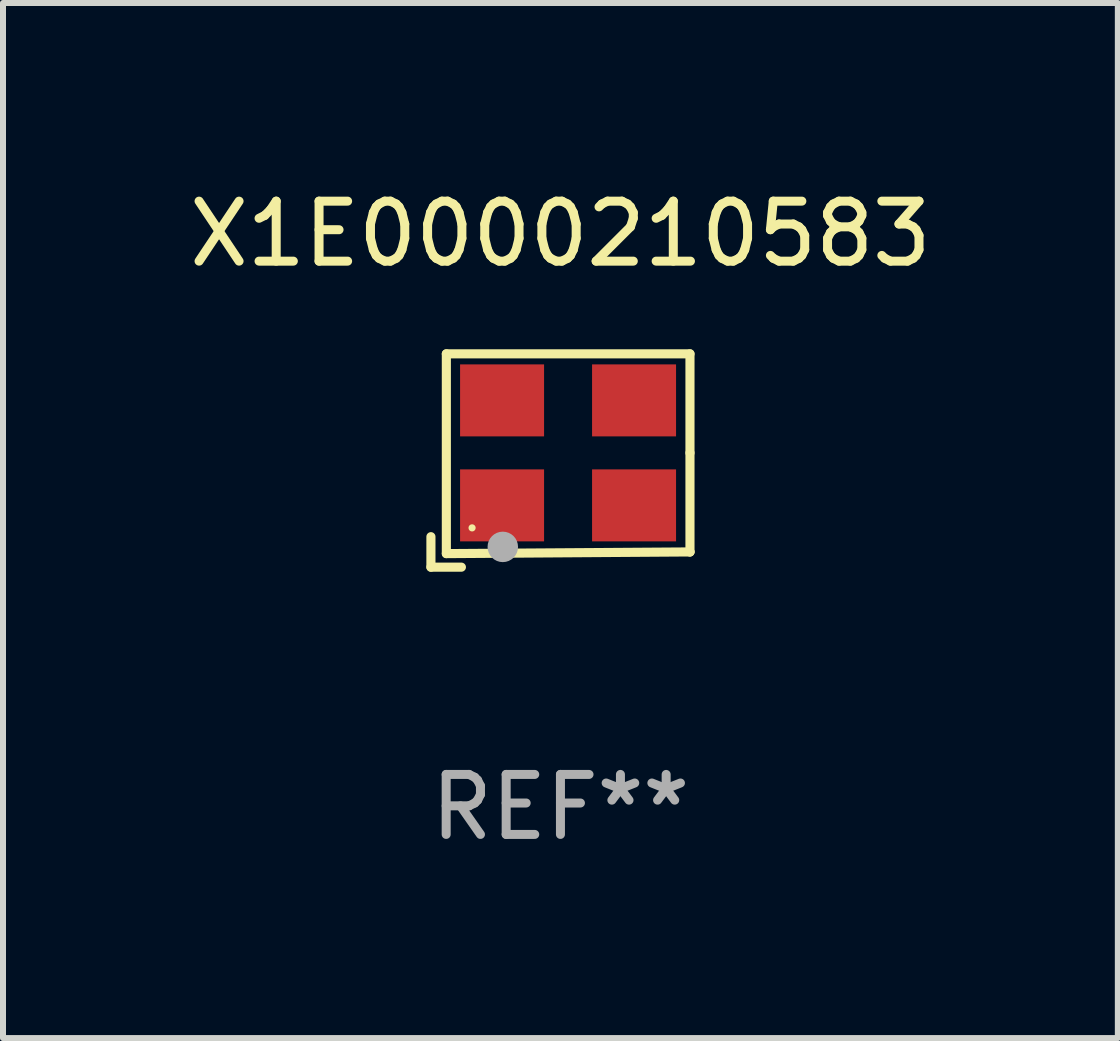
<source format=kicad_pcb>
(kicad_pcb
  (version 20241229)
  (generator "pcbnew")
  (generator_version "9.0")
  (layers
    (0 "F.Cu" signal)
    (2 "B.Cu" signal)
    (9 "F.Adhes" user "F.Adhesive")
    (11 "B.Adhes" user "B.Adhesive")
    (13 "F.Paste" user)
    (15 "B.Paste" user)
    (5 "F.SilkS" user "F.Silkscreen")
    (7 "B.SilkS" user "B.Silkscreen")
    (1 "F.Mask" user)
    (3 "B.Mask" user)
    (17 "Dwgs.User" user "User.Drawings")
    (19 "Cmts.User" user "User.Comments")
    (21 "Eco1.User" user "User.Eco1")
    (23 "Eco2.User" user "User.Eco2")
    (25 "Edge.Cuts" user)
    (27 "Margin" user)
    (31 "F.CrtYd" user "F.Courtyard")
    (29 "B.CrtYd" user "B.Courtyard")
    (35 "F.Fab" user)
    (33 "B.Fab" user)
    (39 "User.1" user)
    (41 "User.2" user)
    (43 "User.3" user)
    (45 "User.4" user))
  (footprint "X1E0000210583"
    (layer "F.Cu")
    (at 6.292 4.626)
    (property "Reference" "X1E0000210583" (at 0 -3.778 0) (layer "F.SilkS") (effects (font (size 1 1) (thickness 0.15))))
    (attr through_hole)
    (fp_line (start -2.159 1.27) (end -2.159 1.778) (stroke (width 0.152) (type solid)) (layer "F.SilkS"))
    (fp_line (start -2.159 1.778) (end -1.651 1.778) (stroke (width 0.152) (type solid)) (layer "F.SilkS"))
    (fp_line (start -1.902 -1.778) (end 2.159 -1.778) (stroke (width 0.152) (type solid)) (layer "F.SilkS"))
    (fp_line (start -1.902 1.552) (end -1.902 -1.778) (stroke (width 0.152) (type solid)) (layer "F.SilkS"))
    (fp_line (start 2.159 -1.778) (end 2.159 -0.127) (stroke (width 0.152) (type solid)) (layer "F.SilkS"))
    (fp_line (start 2.159 -0.127) (end 2.159 1.524) (stroke (width 0.152) (type solid)) (layer "F.SilkS"))
    (fp_line (start 2.159 1.524) (end -1.902 1.552) (stroke (width 0.152) (type solid)) (layer "F.SilkS"))
    (fp_line (start 2.159 1.524) (end 2.159 1.524) (stroke (width 0.152) (type solid)) (layer "F.SilkS"))
    (fp_circle (center -1.473 1.123) (end -1.443 1.123) (stroke (width 0.06) (type solid)) (fill no) (layer "F.SilkS"))
    (fp_circle (center -0.961 1.44) (end -0.834 1.44) (stroke (width 0.254) (type solid)) (fill no) (layer "F.Fab"))
    (fp_text user "REF**" (at 0 5.778 0) (layer "F.Fab") (effects (font (size 1 1) (thickness 0.15))))
    (pad "1" smd rect (at -0.973 0.748) (size 1.4 1.2) (layers "F.Cu" "F.Mask" "F.Paste"))
    (pad "2" smd rect (at 1.227 0.748) (size 1.4 1.2) (layers "F.Cu" "F.Mask" "F.Paste"))
    (pad "3" smd rect (at 1.227 -1.002) (size 1.4 1.2) (layers "F.Cu" "F.Mask" "F.Paste"))
    (pad "4" smd rect (at -0.973 -1.002) (size 1.4 1.2) (layers "F.Cu" "F.Mask" "F.Paste")))
  (gr_rect
    (start -3 -3)
    (end 15.583 14.253)
    (stroke (width 0.1) (type default))
    (fill no)
    (layer "Edge.Cuts")))
</source>
